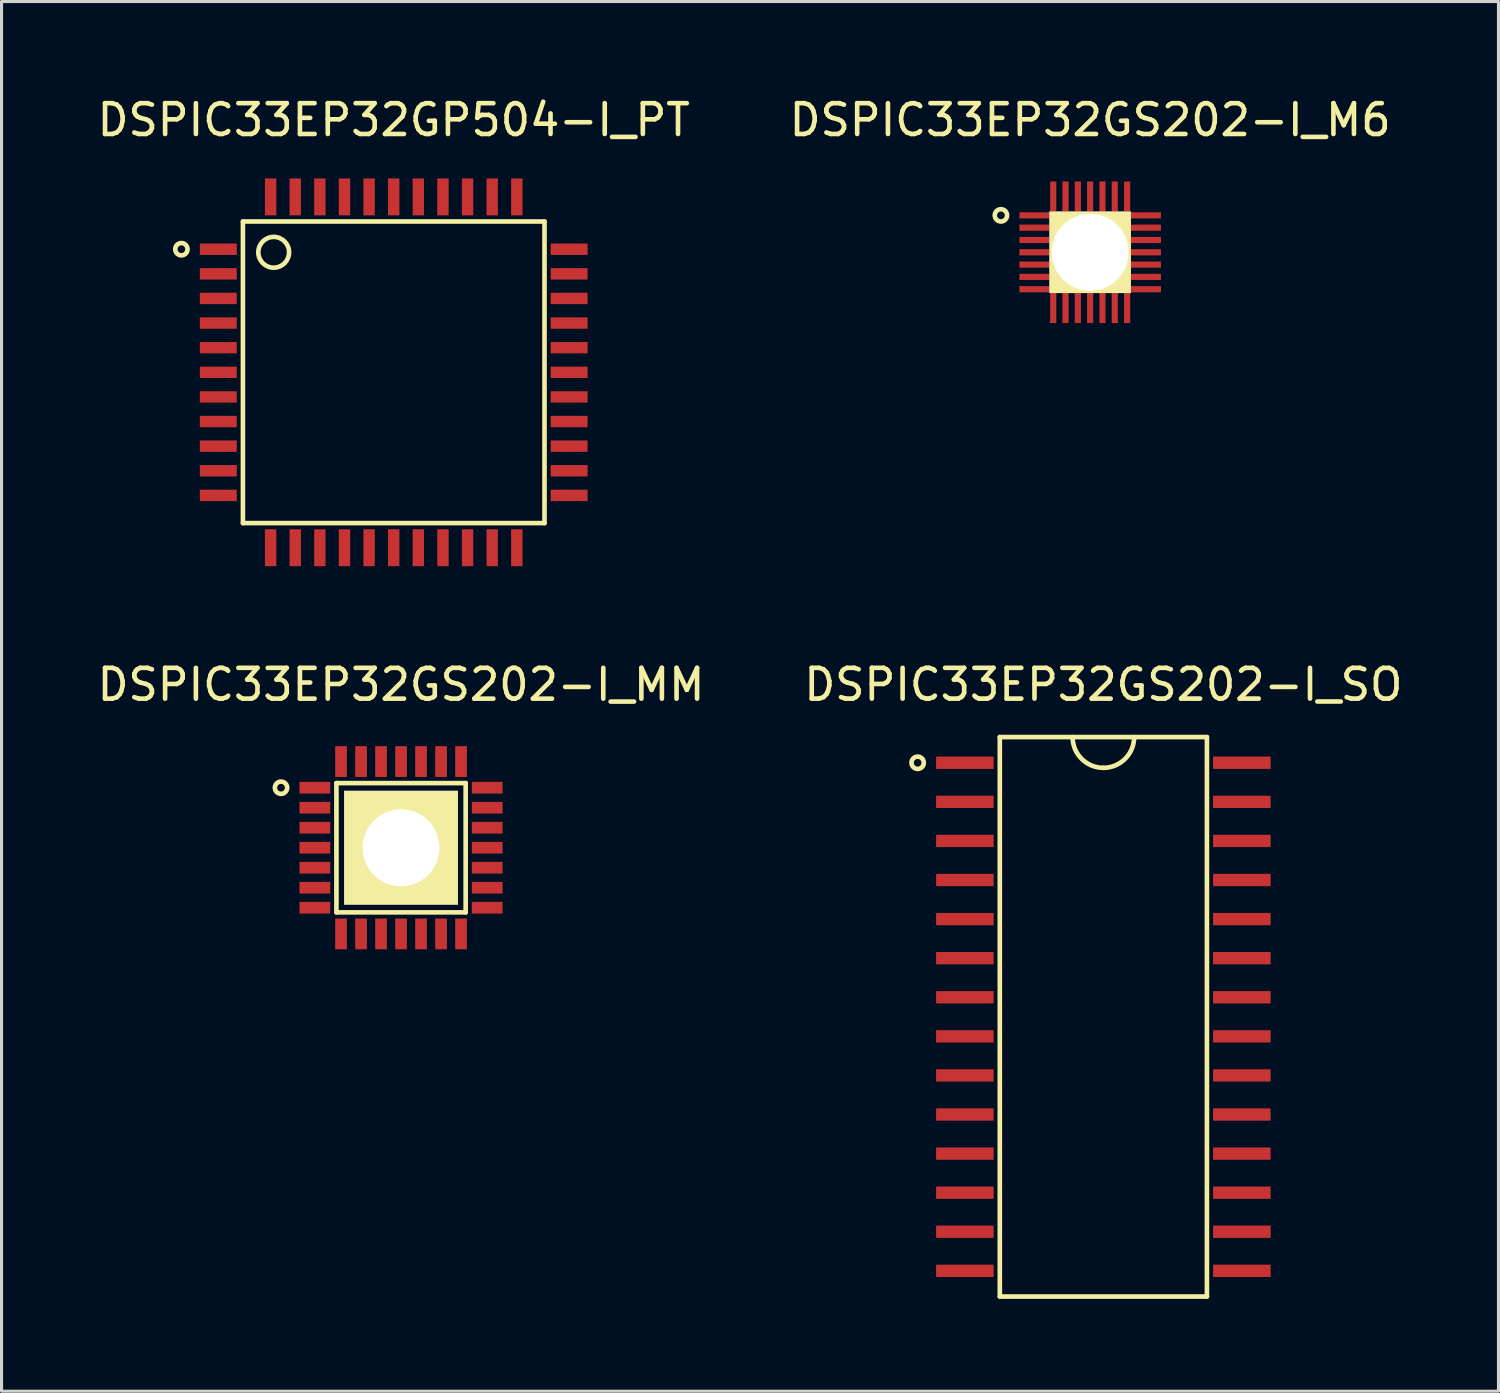
<source format=kicad_pcb>
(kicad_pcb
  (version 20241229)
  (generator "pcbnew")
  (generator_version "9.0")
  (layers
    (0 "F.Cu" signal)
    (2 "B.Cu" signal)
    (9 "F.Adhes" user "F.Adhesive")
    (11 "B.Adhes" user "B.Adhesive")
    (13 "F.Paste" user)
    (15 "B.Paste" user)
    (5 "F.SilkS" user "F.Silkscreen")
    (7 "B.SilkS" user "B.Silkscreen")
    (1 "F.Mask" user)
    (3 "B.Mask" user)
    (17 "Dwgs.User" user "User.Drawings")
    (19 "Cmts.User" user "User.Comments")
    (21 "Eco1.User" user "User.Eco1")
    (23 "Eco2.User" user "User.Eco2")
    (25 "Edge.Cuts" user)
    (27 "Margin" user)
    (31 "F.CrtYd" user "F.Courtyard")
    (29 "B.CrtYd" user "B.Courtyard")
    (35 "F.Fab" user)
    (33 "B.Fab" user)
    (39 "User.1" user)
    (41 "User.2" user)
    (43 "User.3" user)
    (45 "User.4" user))
  (footprint "DSPIC33EP32GS202-I_MM"
    (layer "F.Cu")
    (at 7.182 21.697)
    (property "Reference" "DSPIC33EP32GS202-I_MM" (at 2.8 -2.5 0) (layer "F.SilkS") (effects (font (size 1 1) (thickness 0.15))))
    (attr through_hole)
    (fp_line (start 0.7 0.7) (end 0.7 4.9) (stroke (width 0.15) (type solid)) (layer "F.SilkS"))
    (fp_line (start 0.7 0.7) (end 4.9 0.7) (stroke (width 0.15) (type solid)) (layer "F.SilkS"))
    (fp_line (start 0.7 4.9) (end 4.9 4.9) (stroke (width 0.15) (type solid)) (layer "F.SilkS"))
    (fp_line (start 4.9 4.9) (end 4.9 0.7) (stroke (width 0.15) (type solid)) (layer "F.SilkS"))
    (fp_circle (center -1.1 0.85) (end -1.1 0.65) (stroke (width 0.15) (type solid)) (fill no) (layer "F.SilkS"))
    (fp_circle (center 1.7 1.7) (end 1.7 1.2) (stroke (width 0.15) (type solid)) (fill no) (layer "F.SilkS"))
    (pad "1" smd rect (at 0 0.85) (size 1 0.38) (layers "F.Cu" "F.Mask" "F.Paste"))
    (pad "2" smd rect (at 0 1.5) (size 1 0.38) (layers "F.Cu" "F.Mask" "F.Paste"))
    (pad "3" smd rect (at 0 2.15) (size 1 0.38) (layers "F.Cu" "F.Mask" "F.Paste"))
    (pad "4" smd rect (at 0 2.8) (size 1 0.38) (layers "F.Cu" "F.Mask" "F.Paste"))
    (pad "5" smd rect (at 0 3.45) (size 1 0.38) (layers "F.Cu" "F.Mask" "F.Paste"))
    (pad "6" smd rect (at 0 4.1) (size 1 0.38) (layers "F.Cu" "F.Mask" "F.Paste"))
    (pad "7" smd rect (at 0 4.75) (size 1 0.38) (layers "F.Cu" "F.Mask" "F.Paste"))
    (pad "8" smd rect (at 0.85 5.6) (size 0.38 1) (layers "F.Cu" "F.Mask" "F.Paste"))
    (pad "9" smd rect (at 1.5 5.6) (size 0.38 1) (layers "F.Cu" "F.Mask" "F.Paste"))
    (pad "10" smd rect (at 2.15 5.6) (size 0.38 1) (layers "F.Cu" "F.Mask" "F.Paste"))
    (pad "11" smd rect (at 2.8 5.6) (size 0.38 1) (layers "F.Cu" "F.Mask" "F.Paste"))
    (pad "12" smd rect (at 3.45 5.6) (size 0.38 1) (layers "F.Cu" "F.Mask" "F.Paste"))
    (pad "13" smd rect (at 4.1 5.6) (size 0.38 1) (layers "F.Cu" "F.Mask" "F.Paste"))
    (pad "14" smd rect (at 4.75 5.6) (size 0.38 1) (layers "F.Cu" "F.Mask" "F.Paste"))
    (pad "15" smd rect (at 5.6 4.75) (size 1 0.38) (layers "F.Cu" "F.Mask" "F.Paste"))
    (pad "16" smd rect (at 5.6 4.1) (size 1 0.38) (layers "F.Cu" "F.Mask" "F.Paste"))
    (pad "17" smd rect (at 5.6 3.45) (size 1 0.38) (layers "F.Cu" "F.Mask" "F.Paste"))
    (pad "18" smd rect (at 5.6 2.8) (size 1 0.38) (layers "F.Cu" "F.Mask" "F.Paste"))
    (pad "19" smd rect (at 5.6 2.15) (size 1 0.38) (layers "F.Cu" "F.Mask" "F.Paste"))
    (pad "20" smd rect (at 5.6 1.5) (size 1 0.38) (layers "F.Cu" "F.Mask" "F.Paste"))
    (pad "21" smd rect (at 5.6 0.85) (size 1 0.38) (layers "F.Cu" "F.Mask" "F.Paste"))
    (pad "22" smd rect (at 4.75 0) (size 0.38 1) (layers "F.Cu" "F.Mask" "F.Paste"))
    (pad "23" smd rect (at 4.1 0) (size 0.38 1) (layers "F.Cu" "F.Mask" "F.Paste"))
    (pad "24" smd rect (at 3.45 0) (size 0.38 1) (layers "F.Cu" "F.Mask" "F.Paste"))
    (pad "25" smd rect (at 2.8 0) (size 0.38 1) (layers "F.Cu" "F.Mask" "F.Paste"))
    (pad "26" smd rect (at 2.15 0) (size 0.38 1) (layers "F.Cu" "F.Mask" "F.Paste"))
    (pad "27" smd rect (at 1.5 0) (size 0.38 1) (layers "F.Cu" "F.Mask" "F.Paste"))
    (pad "28" smd rect (at 0.85 0) (size 0.38 1) (layers "F.Cu" "F.Mask" "F.Paste"))
    (pad "999" thru_hole rect (at 2.8 2.8) (size 3.7 3.7) (drill 2.5) (layers "*.Cu" "*.Mask" "F.SilkS")))
  (footprint "DSPIC33EP32GP504-I_PT"
    (layer "F.Cu")
    (at 4.044 3.348)
    (property "Reference" "DSPIC33EP32GP504-I_PT" (at 5.7 -2.5 0) (layer "F.SilkS") (effects (font (size 1 1) (thickness 0.15))))
    (attr through_hole)
    (fp_line (start 0.8 0.8) (end 0.8 10.6) (stroke (width 0.15) (type solid)) (layer "F.SilkS"))
    (fp_line (start 0.8 0.8) (end 10.6 0.8) (stroke (width 0.15) (type solid)) (layer "F.SilkS"))
    (fp_line (start 0.8 10.6) (end 10.6 10.6) (stroke (width 0.15) (type solid)) (layer "F.SilkS"))
    (fp_line (start 10.6 10.6) (end 10.6 0.8) (stroke (width 0.15) (type solid)) (layer "F.SilkS"))
    (fp_circle (center -1.2 1.7) (end -1.2 1.5) (stroke (width 0.15) (type solid)) (fill no) (layer "F.SilkS"))
    (fp_circle (center 1.8 1.8) (end 1.8 1.3) (stroke (width 0.15) (type solid)) (fill no) (layer "F.SilkS"))
    (pad "1" smd rect (at 0 1.7) (size 1.2 0.37) (layers "F.Cu" "F.Mask" "F.Paste"))
    (pad "2" smd rect (at 0 2.5) (size 1.2 0.37) (layers "F.Cu" "F.Mask" "F.Paste"))
    (pad "3" smd rect (at 0 3.3) (size 1.2 0.37) (layers "F.Cu" "F.Mask" "F.Paste"))
    (pad "4" smd rect (at 0 4.1) (size 1.2 0.37) (layers "F.Cu" "F.Mask" "F.Paste"))
    (pad "5" smd rect (at 0 4.9) (size 1.2 0.37) (layers "F.Cu" "F.Mask" "F.Paste"))
    (pad "6" smd rect (at 0 5.7) (size 1.2 0.37) (layers "F.Cu" "F.Mask" "F.Paste"))
    (pad "7" smd rect (at 0 6.5) (size 1.2 0.37) (layers "F.Cu" "F.Mask" "F.Paste"))
    (pad "8" smd rect (at 0 7.3) (size 1.2 0.37) (layers "F.Cu" "F.Mask" "F.Paste"))
    (pad "9" smd rect (at 0 8.1) (size 1.2 0.37) (layers "F.Cu" "F.Mask" "F.Paste"))
    (pad "10" smd rect (at 0 8.9) (size 1.2 0.37) (layers "F.Cu" "F.Mask" "F.Paste"))
    (pad "11" smd rect (at 0 9.7) (size 1.2 0.37) (layers "F.Cu" "F.Mask" "F.Paste"))
    (pad "12" smd rect (at 1.7 11.4) (size 0.37 1.2) (layers "F.Cu" "F.Mask" "F.Paste"))
    (pad "13" smd rect (at 2.5 11.4) (size 0.37 1.2) (layers "F.Cu" "F.Mask" "F.Paste"))
    (pad "14" smd rect (at 3.3 11.4) (size 0.37 1.2) (layers "F.Cu" "F.Mask" "F.Paste"))
    (pad "15" smd rect (at 4.1 11.4) (size 0.37 1.2) (layers "F.Cu" "F.Mask" "F.Paste"))
    (pad "16" smd rect (at 4.9 11.4) (size 0.37 1.2) (layers "F.Cu" "F.Mask" "F.Paste"))
    (pad "17" smd rect (at 5.7 11.4) (size 0.37 1.2) (layers "F.Cu" "F.Mask" "F.Paste"))
    (pad "18" smd rect (at 6.5 11.4) (size 0.37 1.2) (layers "F.Cu" "F.Mask" "F.Paste"))
    (pad "19" smd rect (at 7.3 11.4) (size 0.37 1.2) (layers "F.Cu" "F.Mask" "F.Paste"))
    (pad "20" smd rect (at 8.1 11.4) (size 0.37 1.2) (layers "F.Cu" "F.Mask" "F.Paste"))
    (pad "21" smd rect (at 8.9 11.4) (size 0.37 1.2) (layers "F.Cu" "F.Mask" "F.Paste"))
    (pad "22" smd rect (at 9.7 11.4) (size 0.37 1.2) (layers "F.Cu" "F.Mask" "F.Paste"))
    (pad "23" smd rect (at 11.4 9.7) (size 1.2 0.37) (layers "F.Cu" "F.Mask" "F.Paste"))
    (pad "24" smd rect (at 11.4 8.9) (size 1.2 0.37) (layers "F.Cu" "F.Mask" "F.Paste"))
    (pad "25" smd rect (at 11.4 8.1) (size 1.2 0.37) (layers "F.Cu" "F.Mask" "F.Paste"))
    (pad "26" smd rect (at 11.4 7.3) (size 1.2 0.37) (layers "F.Cu" "F.Mask" "F.Paste"))
    (pad "27" smd rect (at 11.4 6.5) (size 1.2 0.37) (layers "F.Cu" "F.Mask" "F.Paste"))
    (pad "28" smd rect (at 11.4 5.7) (size 1.2 0.37) (layers "F.Cu" "F.Mask" "F.Paste"))
    (pad "29" smd rect (at 11.4 4.9) (size 1.2 0.37) (layers "F.Cu" "F.Mask" "F.Paste"))
    (pad "30" smd rect (at 11.4 4.1) (size 1.2 0.37) (layers "F.Cu" "F.Mask" "F.Paste"))
    (pad "31" smd rect (at 11.4 3.3) (size 1.2 0.37) (layers "F.Cu" "F.Mask" "F.Paste"))
    (pad "32" smd rect (at 11.4 2.5) (size 1.2 0.37) (layers "F.Cu" "F.Mask" "F.Paste"))
    (pad "33" smd rect (at 11.4 1.7) (size 1.2 0.37) (layers "F.Cu" "F.Mask" "F.Paste"))
    (pad "34" smd rect (at 9.7 0) (size 0.37 1.2) (layers "F.Cu" "F.Mask" "F.Paste"))
    (pad "35" smd rect (at 8.9 0) (size 0.37 1.2) (layers "F.Cu" "F.Mask" "F.Paste"))
    (pad "36" smd rect (at 8.1 0) (size 0.37 1.2) (layers "F.Cu" "F.Mask" "F.Paste"))
    (pad "37" smd rect (at 7.3 0) (size 0.37 1.2) (layers "F.Cu" "F.Mask" "F.Paste"))
    (pad "38" smd rect (at 6.5 0) (size 0.37 1.2) (layers "F.Cu" "F.Mask" "F.Paste"))
    (pad "39" smd rect (at 5.7 0) (size 0.37 1.2) (layers "F.Cu" "F.Mask" "F.Paste"))
    (pad "40" smd rect (at 4.9 0) (size 0.37 1.2) (layers "F.Cu" "F.Mask" "F.Paste"))
    (pad "41" smd rect (at 4.1 0) (size 0.37 1.2) (layers "F.Cu" "F.Mask" "F.Paste"))
    (pad "42" smd rect (at 3.3 0) (size 0.37 1.2) (layers "F.Cu" "F.Mask" "F.Paste"))
    (pad "43" smd rect (at 2.5 0) (size 0.37 1.2) (layers "F.Cu" "F.Mask" "F.Paste"))
    (pad "44" smd rect (at 1.7 0) (size 0.37 1.2) (layers "F.Cu" "F.Mask" "F.Paste")))
  (footprint "DSPIC33EP32GS202-I_M6"
    (layer "F.Cu")
    (at 30.575 3.348)
    (property "Reference" "DSPIC33EP32GS202-I_M6" (at 1.8 -2.5 0) (layer "F.SilkS") (effects (font (size 1 1) (thickness 0.15))))
    (attr through_hole)
    (fp_line (start 0.7 0.7) (end 0.7 2.9) (stroke (width 0.15) (type solid)) (layer "F.SilkS"))
    (fp_line (start 0.7 0.7) (end 2.9 0.7) (stroke (width 0.15) (type solid)) (layer "F.SilkS"))
    (fp_line (start 0.7 2.9) (end 2.9 2.9) (stroke (width 0.15) (type solid)) (layer "F.SilkS"))
    (fp_line (start 2.9 2.9) (end 2.9 0.7) (stroke (width 0.15) (type solid)) (layer "F.SilkS"))
    (fp_circle (center -1.1 0.6) (end -1.1 0.4) (stroke (width 0.15) (type solid)) (fill no) (layer "F.SilkS"))
    (fp_circle (center 1.7 1.7) (end 1.7 1.2) (stroke (width 0.15) (type solid)) (fill no) (layer "F.SilkS"))
    (pad "1" smd rect (at 0 0.6) (size 1 0.2) (layers "F.Cu" "F.Mask" "F.Paste"))
    (pad "2" smd rect (at 0 1) (size 1 0.2) (layers "F.Cu" "F.Mask" "F.Paste"))
    (pad "3" smd rect (at 0 1.4) (size 1 0.2) (layers "F.Cu" "F.Mask" "F.Paste"))
    (pad "4" smd rect (at 0 1.8) (size 1 0.2) (layers "F.Cu" "F.Mask" "F.Paste"))
    (pad "5" smd rect (at 0 2.2) (size 1 0.2) (layers "F.Cu" "F.Mask" "F.Paste"))
    (pad "6" smd rect (at 0 2.6) (size 1 0.2) (layers "F.Cu" "F.Mask" "F.Paste"))
    (pad "7" smd rect (at 0 3) (size 1 0.2) (layers "F.Cu" "F.Mask" "F.Paste"))
    (pad "8" smd rect (at 0.6 3.6) (size 0.2 1) (layers "F.Cu" "F.Mask" "F.Paste"))
    (pad "9" smd rect (at 1 3.6) (size 0.2 1) (layers "F.Cu" "F.Mask" "F.Paste"))
    (pad "10" smd rect (at 1.4 3.6) (size 0.2 1) (layers "F.Cu" "F.Mask" "F.Paste"))
    (pad "11" smd rect (at 1.8 3.6) (size 0.2 1) (layers "F.Cu" "F.Mask" "F.Paste"))
    (pad "12" smd rect (at 2.2 3.6) (size 0.2 1) (layers "F.Cu" "F.Mask" "F.Paste"))
    (pad "13" smd rect (at 2.6 3.6) (size 0.2 1) (layers "F.Cu" "F.Mask" "F.Paste"))
    (pad "14" smd rect (at 3 3.6) (size 0.2 1) (layers "F.Cu" "F.Mask" "F.Paste"))
    (pad "15" smd rect (at 3.6 3) (size 1 0.2) (layers "F.Cu" "F.Mask" "F.Paste"))
    (pad "16" smd rect (at 3.6 2.6) (size 1 0.2) (layers "F.Cu" "F.Mask" "F.Paste"))
    (pad "17" smd rect (at 3.6 2.2) (size 1 0.2) (layers "F.Cu" "F.Mask" "F.Paste"))
    (pad "18" smd rect (at 3.6 1.8) (size 1 0.2) (layers "F.Cu" "F.Mask" "F.Paste"))
    (pad "19" smd rect (at 3.6 1.4) (size 1 0.2) (layers "F.Cu" "F.Mask" "F.Paste"))
    (pad "20" smd rect (at 3.6 1) (size 1 0.2) (layers "F.Cu" "F.Mask" "F.Paste"))
    (pad "21" smd rect (at 3.6 0.6) (size 1 0.2) (layers "F.Cu" "F.Mask" "F.Paste"))
    (pad "22" smd rect (at 3 0) (size 0.2 1) (layers "F.Cu" "F.Mask" "F.Paste"))
    (pad "23" smd rect (at 2.6 0) (size 0.2 1) (layers "F.Cu" "F.Mask" "F.Paste"))
    (pad "24" smd rect (at 2.2 0) (size 0.2 1) (layers "F.Cu" "F.Mask" "F.Paste"))
    (pad "25" smd rect (at 1.8 0) (size 0.2 1) (layers "F.Cu" "F.Mask" "F.Paste"))
    (pad "26" smd rect (at 1.4 0) (size 0.2 1) (layers "F.Cu" "F.Mask" "F.Paste"))
    (pad "27" smd rect (at 1 0) (size 0.2 1) (layers "F.Cu" "F.Mask" "F.Paste"))
    (pad "28" smd rect (at 0.6 0) (size 0.2 1) (layers "F.Cu" "F.Mask" "F.Paste"))
    (pad "999" thru_hole rect (at 1.8 1.8) (size 2.65 2.65) (drill 2.5) (layers "*.Cu" "*.Mask" "F.SilkS")))
  (footprint "DSPIC33EP32GS202-I_SO"
    (layer "F.Cu")
    (at 28.304 21.736)
    (property "Reference" "DSPIC33EP32GS202-I_SO" (at 4.5 -2.54 0) (layer "F.SilkS") (effects (font (size 1 1) (thickness 0.15))))
    (attr through_hole)
    (fp_line (start 1.135 -0.835) (end 7.865 -0.835) (stroke (width 0.15) (type solid)) (layer "F.SilkS"))
    (fp_line (start 1.135 17.345) (end 1.135 -0.835) (stroke (width 0.15) (type solid)) (layer "F.SilkS"))
    (fp_line (start 7.865 -0.835) (end 7.865 17.345) (stroke (width 0.15) (type solid)) (layer "F.SilkS"))
    (fp_line (start 7.865 17.345) (end 1.135 17.345) (stroke (width 0.15) (type solid)) (layer "F.SilkS"))
    (fp_arc (start 4.5 0.165) (mid 3.792893 -0.127893) (end 3.5 -0.835) (stroke (width 0.15) (type solid)) (layer "F.SilkS"))
    (fp_arc (start 5.5 -0.835) (mid 5.207107 -0.127893) (end 4.5 0.165) (stroke (width 0.15) (type solid)) (layer "F.SilkS"))
    (fp_circle (center -1.535 0) (end -1.535 0.2) (stroke (width 0.15) (type solid)) (fill no) (layer "F.SilkS"))
    (pad "1" smd rect (at 0 0) (size 1.87 0.4) (layers "F.Cu" "F.Mask" "F.Paste"))
    (pad "2" smd rect (at 0 1.27) (size 1.87 0.4) (layers "F.Cu" "F.Mask" "F.Paste"))
    (pad "3" smd rect (at 0 2.54) (size 1.87 0.4) (layers "F.Cu" "F.Mask" "F.Paste"))
    (pad "4" smd rect (at 0 3.81) (size 1.87 0.4) (layers "F.Cu" "F.Mask" "F.Paste"))
    (pad "5" smd rect (at 0 5.08) (size 1.87 0.4) (layers "F.Cu" "F.Mask" "F.Paste"))
    (pad "6" smd rect (at 0 6.35) (size 1.87 0.4) (layers "F.Cu" "F.Mask" "F.Paste"))
    (pad "7" smd rect (at 0 7.62) (size 1.87 0.4) (layers "F.Cu" "F.Mask" "F.Paste"))
    (pad "8" smd rect (at 0 8.89) (size 1.87 0.4) (layers "F.Cu" "F.Mask" "F.Paste"))
    (pad "9" smd rect (at 0 10.16) (size 1.87 0.4) (layers "F.Cu" "F.Mask" "F.Paste"))
    (pad "10" smd rect (at 0 11.43) (size 1.87 0.4) (layers "F.Cu" "F.Mask" "F.Paste"))
    (pad "11" smd rect (at 0 12.7) (size 1.87 0.4) (layers "F.Cu" "F.Mask" "F.Paste"))
    (pad "12" smd rect (at 0 13.97) (size 1.87 0.4) (layers "F.Cu" "F.Mask" "F.Paste"))
    (pad "13" smd rect (at 0 15.24) (size 1.87 0.4) (layers "F.Cu" "F.Mask" "F.Paste"))
    (pad "14" smd rect (at 0 16.51) (size 1.87 0.4) (layers "F.Cu" "F.Mask" "F.Paste"))
    (pad "15" smd rect (at 9 16.51) (size 1.87 0.4) (layers "F.Cu" "F.Mask" "F.Paste"))
    (pad "16" smd rect (at 9 15.24) (size 1.87 0.4) (layers "F.Cu" "F.Mask" "F.Paste"))
    (pad "17" smd rect (at 9 13.97) (size 1.87 0.4) (layers "F.Cu" "F.Mask" "F.Paste"))
    (pad "18" smd rect (at 9 12.7) (size 1.87 0.4) (layers "F.Cu" "F.Mask" "F.Paste"))
    (pad "19" smd rect (at 9 11.43) (size 1.87 0.4) (layers "F.Cu" "F.Mask" "F.Paste"))
    (pad "20" smd rect (at 9 10.16) (size 1.87 0.4) (layers "F.Cu" "F.Mask" "F.Paste"))
    (pad "21" smd rect (at 9 8.89) (size 1.87 0.4) (layers "F.Cu" "F.Mask" "F.Paste"))
    (pad "22" smd rect (at 9 7.62) (size 1.87 0.4) (layers "F.Cu" "F.Mask" "F.Paste"))
    (pad "23" smd rect (at 9 6.35) (size 1.87 0.4) (layers "F.Cu" "F.Mask" "F.Paste"))
    (pad "24" smd rect (at 9 5.08) (size 1.87 0.4) (layers "F.Cu" "F.Mask" "F.Paste"))
    (pad "25" smd rect (at 9 3.81) (size 1.87 0.4) (layers "F.Cu" "F.Mask" "F.Paste"))
    (pad "26" smd rect (at 9 2.54) (size 1.87 0.4) (layers "F.Cu" "F.Mask" "F.Paste"))
    (pad "27" smd rect (at 9 1.27) (size 1.87 0.4) (layers "F.Cu" "F.Mask" "F.Paste"))
    (pad "28" smd rect (at 9 0) (size 1.87 0.4) (layers "F.Cu" "F.Mask" "F.Paste")))
  (gr_rect
    (start -3 -3)
    (end 45.643 42.157)
    (stroke (width 0.1) (type default))
    (fill no)
    (layer "Edge.Cuts")))
</source>
